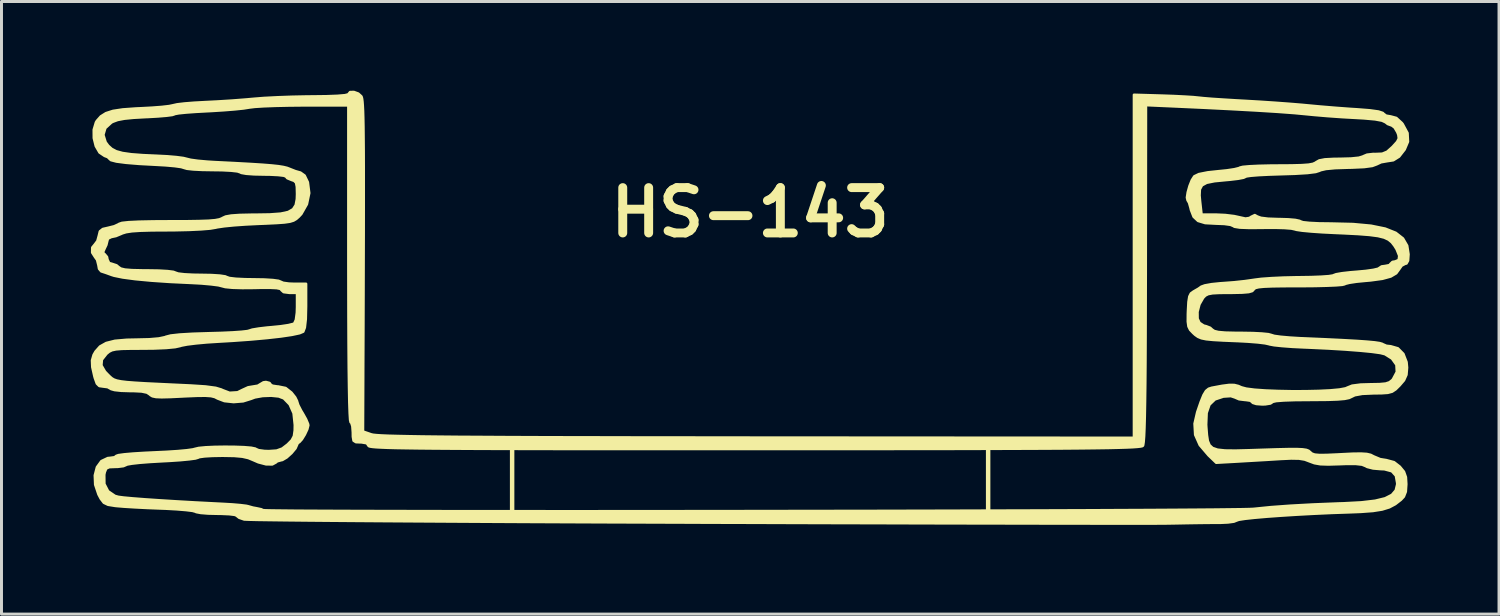
<source format=kicad_pcb>
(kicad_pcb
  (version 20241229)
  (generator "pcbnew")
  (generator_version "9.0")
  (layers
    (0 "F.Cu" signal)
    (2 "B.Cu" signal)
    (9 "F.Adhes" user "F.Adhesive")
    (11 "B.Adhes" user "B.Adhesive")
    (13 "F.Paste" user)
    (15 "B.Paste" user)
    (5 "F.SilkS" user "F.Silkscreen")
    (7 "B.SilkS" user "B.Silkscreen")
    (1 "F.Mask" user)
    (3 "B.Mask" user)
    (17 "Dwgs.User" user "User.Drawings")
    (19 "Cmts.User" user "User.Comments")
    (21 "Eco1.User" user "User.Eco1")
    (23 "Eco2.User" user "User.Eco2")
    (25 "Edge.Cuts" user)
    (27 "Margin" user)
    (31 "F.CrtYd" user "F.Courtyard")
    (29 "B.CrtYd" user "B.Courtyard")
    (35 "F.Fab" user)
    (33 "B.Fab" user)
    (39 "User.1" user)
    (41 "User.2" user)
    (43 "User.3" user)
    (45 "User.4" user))
  (footprint "HS-143"
    (layer "F.Cu")
    (at 22.164 7.091)
    (property "Reference" "HS-143" (at 0 -3 0) (layer "F.SilkS") (effects (font (size 1.524 1.524) (thickness 0.3))))
    (attr through_hole)
    (fp_line (start -8 5) (end -8 7) (stroke (width 0.15) (type solid)) (layer "F.SilkS"))
    (fp_line (start 8 5) (end 8 7) (stroke (width 0.15) (type solid)) (layer "F.SilkS"))
    (fp_poly (pts (xy 22.128 -1.594) (xy 22.113 -1.38) (xy 22.06 -1.286) (xy 22.015 -1.275) (xy 21.9 -1.214) (xy 21.823 -1.104) (xy 21.82 -1.099) (xy 21.82 -1.543) (xy 21.733 -1.761) (xy 21.658 -1.882) (xy 21.568 -1.998) (xy 21.459 -2.088) (xy 21.312 -2.157) (xy 21.106 -2.208) (xy 20.82 -2.246) (xy 20.435 -2.276) (xy 19.929 -2.302) (xy 19.654 -2.314) (xy 19.232 -2.335) (xy 18.857 -2.361) (xy 18.559 -2.389) (xy 18.364 -2.418) (xy 18.305 -2.435) (xy 18.191 -2.46) (xy 17.959 -2.478) (xy 17.643 -2.487) (xy 17.275 -2.485) (xy 17.244 -2.484) (xy 16.782 -2.481) (xy 16.46 -2.493) (xy 16.28 -2.522) (xy 16.245 -2.544) (xy 16.147 -2.586) (xy 15.938 -2.615) (xy 15.656 -2.626) (xy 15.653 -2.626) (xy 15.296 -2.645) (xy 15.057 -2.717) (xy 14.907 -2.858) (xy 14.819 -3.085) (xy 14.803 -3.156) (xy 14.755 -3.325) (xy 14.704 -3.412) (xy 14.684 -3.502) (xy 14.711 -3.678) (xy 14.77 -3.889) (xy 14.848 -4.085) (xy 14.93 -4.213) (xy 15.084 -4.287) (xy 15.381 -4.346) (xy 15.717 -4.382) (xy 16.025 -4.413) (xy 16.276 -4.451) (xy 16.433 -4.49) (xy 16.462 -4.506) (xy 16.558 -4.53) (xy 16.777 -4.55) (xy 17.091 -4.565) (xy 17.474 -4.574) (xy 17.724 -4.576) (xy 18.194 -4.579) (xy 18.536 -4.588) (xy 18.772 -4.605) (xy 18.922 -4.633) (xy 19.009 -4.673) (xy 19.027 -4.688) (xy 19.132 -4.747) (xy 19.321 -4.783) (xy 19.621 -4.799) (xy 19.832 -4.801) (xy 20.197 -4.811) (xy 20.461 -4.838) (xy 20.603 -4.881) (xy 20.611 -4.888) (xy 20.736 -4.94) (xy 20.943 -4.964) (xy 21.024 -4.963) (xy 21.247 -4.972) (xy 21.412 -5.04) (xy 21.589 -5.198) (xy 21.6 -5.209) (xy 21.749 -5.374) (xy 21.806 -5.489) (xy 21.789 -5.611) (xy 21.756 -5.697) (xy 21.664 -5.854) (xy 21.569 -5.926) (xy 21.563 -5.926) (xy 21.431 -5.975) (xy 21.359 -6.032) (xy 21.242 -6.087) (xy 21.007 -6.131) (xy 20.641 -6.164) (xy 20.36 -6.18) (xy 19.907 -6.205) (xy 19.414 -6.24) (xy 18.953 -6.279) (xy 18.716 -6.302) (xy 18.293 -6.342) (xy 17.727 -6.384) (xy 17.023 -6.428) (xy 16.19 -6.474) (xy 15.233 -6.522) (xy 14.209 -6.569) (xy 13.303 -6.609) (xy 13.296 -0.937) (xy 13.293 0.197) (xy 13.29 1.188) (xy 13.286 2.043) (xy 13.28 2.77) (xy 13.272 3.374) (xy 13.263 3.865) (xy 13.252 4.247) (xy 13.24 4.529) (xy 13.225 4.718) (xy 13.209 4.821) (xy 13.2 4.842) (xy 13.172 4.856) (xy 13.109 4.868) (xy 13.004 4.879) (xy 12.85 4.89) (xy 12.643 4.899) (xy 12.374 4.907) (xy 12.038 4.915) (xy 11.629 4.921) (xy 11.141 4.927) (xy 10.566 4.932) (xy 9.899 4.936) (xy 9.134 4.939) (xy 8.264 4.942) (xy 7.283 4.945) (xy 6.185 4.947) (xy 4.963 4.948) (xy 3.611 4.949) (xy 2.123 4.95) (xy 0.493 4.95) (xy 0.142 4.95) (xy -1.506 4.95) (xy -3.011 4.95) (xy -4.379 4.95) (xy -5.615 4.949) (xy -6.728 4.948) (xy -7.722 4.946) (xy -8.604 4.944) (xy -9.381 4.941) (xy -10.06 4.937) (xy -10.646 4.933) (xy -11.146 4.928) (xy -11.566 4.922) (xy -11.913 4.916) (xy -12.193 4.908) (xy -12.413 4.899) (xy -12.578 4.89) (xy -12.696 4.879) (xy -12.773 4.867) (xy -12.814 4.854) (xy -12.827 4.84) (xy -12.828 4.839) (xy -12.884 4.756) (xy -13.063 4.726) (xy -13.09 4.726) (xy -13.251 4.719) (xy -13.328 4.67) (xy -13.351 4.539) (xy -13.353 4.388) (xy -13.368 4.187) (xy -13.405 4.066) (xy -13.428 4.051) (xy -13.444 3.976) (xy -13.458 3.753) (xy -13.471 3.382) (xy -13.481 2.866) (xy -13.49 2.206) (xy -13.496 1.402) (xy -13.5 0.458) (xy -13.502 -0.627) (xy -13.503 -1.275) (xy -13.503 -6.601) (xy -15.022 -6.6) (xy -15.505 -6.595) (xy -15.956 -6.585) (xy -16.346 -6.57) (xy -16.647 -6.551) (xy -16.829 -6.529) (xy -16.841 -6.527) (xy -17.024 -6.498) (xy -17.321 -6.467) (xy -17.695 -6.437) (xy -18.109 -6.411) (xy -18.247 -6.404) (xy -18.635 -6.383) (xy -18.964 -6.359) (xy -19.207 -6.334) (xy -19.338 -6.31) (xy -19.354 -6.301) (xy -19.424 -6.278) (xy -19.616 -6.253) (xy -19.901 -6.229) (xy -20.25 -6.209) (xy -20.29 -6.208) (xy -20.724 -6.184) (xy -21.037 -6.153) (xy -21.26 -6.11) (xy -21.422 -6.05) (xy -21.471 -6.024) (xy -21.675 -5.837) (xy -21.742 -5.608) (xy -21.666 -5.361) (xy -21.578 -5.242) (xy -21.46 -5.135) (xy -21.307 -5.054) (xy -21.096 -4.996) (xy -20.802 -4.954) (xy -20.403 -4.924) (xy -19.954 -4.904) (xy -19.595 -4.886) (xy -19.281 -4.859) (xy -19.049 -4.828) (xy -18.941 -4.801) (xy -18.806 -4.768) (xy -18.559 -4.734) (xy -18.242 -4.706) (xy -18.004 -4.691) (xy -17.342 -4.658) (xy -16.813 -4.629) (xy -16.4 -4.603) (xy -16.085 -4.578) (xy -15.853 -4.553) (xy -15.686 -4.526) (xy -15.567 -4.497) (xy -15.491 -4.468) (xy -15.284 -4.386) (xy -15.115 -4.338) (xy -14.976 -4.239) (xy -14.868 -4.015) (xy -14.822 -3.651) (xy -14.9 -3.278) (xy -15.087 -2.949) (xy -15.172 -2.858) (xy -15.257 -2.783) (xy -15.348 -2.729) (xy -15.471 -2.691) (xy -15.651 -2.665) (xy -15.916 -2.646) (xy -16.291 -2.628) (xy -16.522 -2.619) (xy -16.948 -2.598) (xy -17.345 -2.57) (xy -17.677 -2.537) (xy -17.909 -2.503) (xy -17.966 -2.49) (xy -18.151 -2.459) (xy -18.458 -2.434) (xy -18.859 -2.415) (xy -19.325 -2.404) (xy -19.589 -2.402) (xy -20.108 -2.399) (xy -20.497 -2.388) (xy -20.78 -2.369) (xy -20.975 -2.339) (xy -21.106 -2.299) (xy -21.127 -2.288) (xy -21.319 -2.208) (xy -21.473 -2.176) (xy -21.584 -2.122) (xy -21.604 -2.062) (xy -21.641 -1.91) (xy -21.698 -1.79) (xy -21.754 -1.662) (xy -21.713 -1.603) (xy -21.698 -1.597) (xy -21.619 -1.503) (xy -21.604 -1.419) (xy -21.547 -1.297) (xy -21.463 -1.275) (xy -21.298 -1.221) (xy -21.229 -1.163) (xy -21.154 -1.112) (xy -21.013 -1.078) (xy -20.78 -1.059) (xy -20.433 -1.051) (xy -20.249 -1.05) (xy -19.879 -1.044) (xy -19.582 -1.027) (xy -19.385 -1.002) (xy -19.316 -0.975) (xy -19.225 -0.944) (xy -19.014 -0.919) (xy -18.712 -0.904) (xy -18.454 -0.9) (xy -18.105 -0.894) (xy -17.825 -0.876) (xy -17.644 -0.849) (xy -17.591 -0.825) (xy -17.5 -0.794) (xy -17.287 -0.769) (xy -16.98 -0.754) (xy -16.691 -0.75) (xy -16.33 -0.744) (xy -16.041 -0.726) (xy -15.852 -0.7) (xy -15.791 -0.675) (xy -15.695 -0.633) (xy -15.5 -0.606) (xy -15.336 -0.6) (xy -14.928 -0.6) (xy -14.928 0.155) (xy -14.938 0.586) (xy -14.97 0.869) (xy -15.022 1.005) (xy -15.144 1.057) (xy -15.4 1.112) (xy -15.771 1.167) (xy -16.241 1.22) (xy -16.792 1.27) (xy -17.407 1.314) (xy -17.853 1.34) (xy -18.26 1.366) (xy -18.629 1.4) (xy -18.926 1.437) (xy -19.118 1.474) (xy -19.152 1.486) (xy -19.327 1.525) (xy -19.629 1.554) (xy -20.036 1.571) (xy -20.405 1.575) (xy -20.822 1.577) (xy -21.116 1.583) (xy -21.317 1.6) (xy -21.45 1.629) (xy -21.545 1.676) (xy -21.629 1.744) (xy -21.638 1.753) (xy -21.792 1.949) (xy -21.808 2.141) (xy -21.686 2.351) (xy -21.585 2.456) (xy -21.518 2.522) (xy -21.457 2.575) (xy -21.386 2.618) (xy -21.289 2.652) (xy -21.15 2.68) (xy -20.952 2.704) (xy -20.679 2.725) (xy -20.316 2.747) (xy -19.845 2.77) (xy -19.251 2.798) (xy -18.797 2.819) (xy -18.307 2.851) (xy -17.964 2.897) (xy -17.768 2.956) (xy -17.749 2.968) (xy -17.497 3.064) (xy -17.227 3.047) (xy -17.061 2.965) (xy -16.873 2.879) (xy -16.714 2.853) (xy -16.548 2.826) (xy -16.466 2.776) (xy -16.36 2.713) (xy -16.274 2.701) (xy -16.154 2.733) (xy -16.128 2.776) (xy -16.062 2.825) (xy -15.9 2.85) (xy -15.869 2.851) (xy -15.614 2.903) (xy -15.419 3.056) (xy -15.293 3.215) (xy -15.23 3.343) (xy -15.228 3.358) (xy -15.19 3.475) (xy -15.095 3.66) (xy -15.04 3.751) (xy -14.928 3.951) (xy -14.861 4.112) (xy -14.853 4.156) (xy -14.887 4.289) (xy -14.969 4.464) (xy -15.068 4.625) (xy -15.153 4.719) (xy -15.172 4.725) (xy -15.226 4.784) (xy -15.228 4.802) (xy -15.283 4.928) (xy -15.416 5.087) (xy -15.579 5.234) (xy -15.724 5.319) (xy -15.761 5.326) (xy -15.899 5.364) (xy -15.941 5.401) (xy -16.062 5.467) (xy -16.272 5.464) (xy -16.53 5.396) (xy -16.691 5.326) (xy -16.866 5.253) (xy -17.07 5.207) (xy -17.34 5.183) (xy -17.718 5.176) (xy -17.752 5.176) (xy -18.077 5.182) (xy -18.342 5.198) (xy -18.514 5.222) (xy -18.56 5.242) (xy -18.646 5.268) (xy -18.854 5.296) (xy -19.159 5.325) (xy -19.534 5.35) (xy -19.766 5.362) (xy -20.168 5.385) (xy -20.516 5.412) (xy -20.782 5.442) (xy -20.94 5.47) (xy -20.971 5.484) (xy -21.066 5.525) (xy -21.253 5.549) (xy -21.338 5.551) (xy -21.542 5.559) (xy -21.645 5.607) (xy -21.694 5.728) (xy -21.712 5.815) (xy -21.708 6.125) (xy -21.581 6.372) (xy -21.349 6.53) (xy -21.236 6.561) (xy -21.061 6.584) (xy -20.757 6.612) (xy -20.345 6.644) (xy -19.846 6.678) (xy -19.281 6.713) (xy -18.672 6.748) (xy -18.038 6.781) (xy -17.741 6.796) (xy -17.41 6.815) (xy -17.13 6.839) (xy -16.937 6.863) (xy -16.878 6.876) (xy -16.714 6.922) (xy -16.589 6.945) (xy -16.435 6.978) (xy -16.372 7.008) (xy -16.292 7.014) (xy -16.071 7.019) (xy -15.716 7.023) (xy -15.236 7.028) (xy -14.639 7.031) (xy -13.933 7.034) (xy -13.126 7.037) (xy -12.227 7.039) (xy -11.245 7.041) (xy -10.186 7.043) (xy -9.06 7.044) (xy -7.875 7.044) (xy -6.638 7.045) (xy -5.359 7.045) (xy -4.045 7.044) (xy -2.705 7.043) (xy -1.347 7.042) (xy 0.021 7.04) (xy 1.39 7.038) (xy 2.753 7.036) (xy 4.101 7.034) (xy 5.425 7.031) (xy 6.718 7.028) (xy 7.972 7.024) (xy 9.177 7.021) (xy 10.326 7.017) (xy 11.411 7.013) (xy 12.423 7.008) (xy 13.354 7.004) (xy 14.196 6.999) (xy 14.94 6.994) (xy 15.579 6.989) (xy 16.104 6.983) (xy 16.507 6.978) (xy 16.779 6.972) (xy 16.912 6.966) (xy 16.916 6.966) (xy 17.502 6.907) (xy 18.158 6.859) (xy 18.91 6.818) (xy 19.782 6.783) (xy 19.954 6.778) (xy 20.549 6.746) (xy 21.008 6.692) (xy 21.345 6.61) (xy 21.572 6.494) (xy 21.703 6.341) (xy 21.751 6.144) (xy 21.752 6.1) (xy 21.708 5.849) (xy 21.57 5.697) (xy 21.321 5.63) (xy 21.183 5.624) (xy 20.939 5.603) (xy 20.743 5.553) (xy 20.687 5.523) (xy 20.568 5.475) (xy 20.356 5.451) (xy 20.029 5.451) (xy 19.816 5.459) (xy 19.436 5.47) (xy 19.166 5.461) (xy 18.967 5.426) (xy 18.808 5.367) (xy 18.643 5.305) (xy 18.449 5.273) (xy 18.186 5.268) (xy 17.841 5.284) (xy 17.424 5.31) (xy 16.946 5.338) (xy 16.497 5.364) (xy 16.404 5.37) (xy 15.667 5.411) (xy 15.408 5.162) (xy 15.115 4.819) (xy 14.961 4.474) (xy 14.94 4.1) (xy 15.029 3.713) (xy 15.148 3.367) (xy 15.241 3.138) (xy 15.324 3) (xy 15.413 2.928) (xy 15.515 2.895) (xy 15.864 2.83) (xy 16.104 2.799) (xy 16.274 2.801) (xy 16.412 2.836) (xy 16.511 2.88) (xy 16.675 2.924) (xy 16.954 2.96) (xy 17.322 2.986) (xy 17.749 3.003) (xy 18.208 3.012) (xy 18.672 3.011) (xy 19.112 3.001) (xy 19.502 2.982) (xy 19.812 2.953) (xy 20.015 2.915) (xy 20.071 2.89) (xy 20.235 2.824) (xy 20.523 2.787) (xy 20.842 2.778) (xy 21.158 2.772) (xy 21.361 2.753) (xy 21.489 2.711) (xy 21.58 2.639) (xy 21.608 2.607) (xy 21.739 2.36) (xy 21.726 2.122) (xy 21.574 1.91) (xy 21.338 1.762) (xy 21.183 1.723) (xy 20.895 1.683) (xy 20.493 1.644) (xy 19.994 1.606) (xy 19.416 1.571) (xy 18.777 1.541) (xy 18.604 1.534) (xy 18.217 1.515) (xy 17.875 1.489) (xy 17.61 1.461) (xy 17.456 1.432) (xy 17.441 1.426) (xy 17.31 1.397) (xy 17.065 1.367) (xy 16.738 1.341) (xy 16.367 1.321) (xy 16.353 1.321) (xy 15.897 1.302) (xy 15.564 1.283) (xy 15.33 1.26) (xy 15.169 1.227) (xy 15.054 1.179) (xy 14.96 1.113) (xy 14.889 1.048) (xy 14.79 0.944) (xy 14.735 0.831) (xy 14.713 0.669) (xy 14.715 0.413) (xy 14.719 0.305) (xy 14.735 0.009) (xy 14.764 -0.173) (xy 14.815 -0.276) (xy 14.899 -0.337) (xy 14.901 -0.339) (xy 15.075 -0.439) (xy 15.164 -0.503) (xy 15.283 -0.546) (xy 15.509 -0.587) (xy 15.801 -0.617) (xy 15.904 -0.624) (xy 16.264 -0.651) (xy 16.628 -0.69) (xy 16.923 -0.732) (xy 16.953 -0.737) (xy 17.181 -0.766) (xy 17.518 -0.79) (xy 17.923 -0.809) (xy 18.355 -0.819) (xy 18.468 -0.82) (xy 18.859 -0.826) (xy 19.195 -0.839) (xy 19.447 -0.857) (xy 19.589 -0.879) (xy 19.609 -0.889) (xy 19.697 -0.921) (xy 19.899 -0.956) (xy 20.183 -0.988) (xy 20.383 -1.004) (xy 20.697 -1.033) (xy 20.95 -1.069) (xy 21.107 -1.106) (xy 21.142 -1.128) (xy 21.227 -1.184) (xy 21.348 -1.2) (xy 21.486 -1.227) (xy 21.529 -1.275) (xy 21.592 -1.336) (xy 21.679 -1.35) (xy 21.802 -1.401) (xy 21.82 -1.543) (xy 21.82 -1.099) (xy 21.716 -0.957) (xy 21.533 -0.849) (xy 21.253 -0.772) (xy 20.854 -0.718) (xy 20.682 -0.703) (xy 20.383 -0.674) (xy 20.145 -0.638) (xy 20.005 -0.603) (xy 19.984 -0.589) (xy 19.901 -0.569) (xy 19.69 -0.552) (xy 19.377 -0.539) (xy 18.983 -0.529) (xy 18.533 -0.525) (xy 18.457 -0.525) (xy 17.938 -0.524) (xy 17.55 -0.518) (xy 17.275 -0.507) (xy 17.093 -0.489) (xy 16.986 -0.463) (xy 16.935 -0.428) (xy 16.926 -0.413) (xy 16.876 -0.359) (xy 16.757 -0.325) (xy 16.544 -0.307) (xy 16.213 -0.3) (xy 16.124 -0.3) (xy 15.775 -0.297) (xy 15.543 -0.285) (xy 15.395 -0.257) (xy 15.3 -0.208) (xy 15.226 -0.131) (xy 15.1 0.089) (xy 15.035 0.342) (xy 15.038 0.571) (xy 15.104 0.712) (xy 15.245 0.805) (xy 15.326 0.825) (xy 15.462 0.878) (xy 15.528 0.938) (xy 15.602 0.988) (xy 15.74 1.021) (xy 15.968 1.041) (xy 16.31 1.049) (xy 16.535 1.05) (xy 16.894 1.056) (xy 17.198 1.071) (xy 17.418 1.093) (xy 17.519 1.12) (xy 17.52 1.121) (xy 17.618 1.151) (xy 17.835 1.181) (xy 18.142 1.208) (xy 18.506 1.23) (xy 18.566 1.232) (xy 19.303 1.264) (xy 19.901 1.293) (xy 20.374 1.319) (xy 20.733 1.344) (xy 20.99 1.368) (xy 21.157 1.393) (xy 21.246 1.419) (xy 21.263 1.43) (xy 21.387 1.484) (xy 21.531 1.5) (xy 21.772 1.569) (xy 21.956 1.755) (xy 22.062 2.03) (xy 22.079 2.215) (xy 22.059 2.456) (xy 21.977 2.64) (xy 21.827 2.815) (xy 21.695 2.945) (xy 21.578 3.022) (xy 21.433 3.061) (xy 21.215 3.076) (xy 20.971 3.078) (xy 20.578 3.095) (xy 20.321 3.142) (xy 20.221 3.191) (xy 20.132 3.233) (xy 19.983 3.264) (xy 19.751 3.284) (xy 19.417 3.296) (xy 18.96 3.3) (xy 18.814 3.301) (xy 18.321 3.305) (xy 17.94 3.318) (xy 17.683 3.338) (xy 17.562 3.365) (xy 17.553 3.376) (xy 17.486 3.42) (xy 17.317 3.447) (xy 17.216 3.451) (xy 17.015 3.436) (xy 16.894 3.398) (xy 16.878 3.376) (xy 16.813 3.325) (xy 16.652 3.301) (xy 16.631 3.301) (xy 16.435 3.277) (xy 16.303 3.22) (xy 16.3 3.218) (xy 16.159 3.171) (xy 15.912 3.187) (xy 15.905 3.188) (xy 15.623 3.282) (xy 15.438 3.46) (xy 15.342 3.739) (xy 15.326 4.131) (xy 15.332 4.228) (xy 15.352 4.484) (xy 15.382 4.68) (xy 15.44 4.822) (xy 15.543 4.918) (xy 15.711 4.976) (xy 15.962 5.003) (xy 16.314 5.007) (xy 16.786 4.995) (xy 17.175 4.982) (xy 17.698 4.965) (xy 18.092 4.956) (xy 18.376 4.955) (xy 18.571 4.964) (xy 18.696 4.983) (xy 18.773 5.013) (xy 18.821 5.055) (xy 18.822 5.056) (xy 18.883 5.108) (xy 18.977 5.141) (xy 19.132 5.155) (xy 19.375 5.153) (xy 19.734 5.137) (xy 19.85 5.131) (xy 20.252 5.111) (xy 20.534 5.107) (xy 20.726 5.119) (xy 20.858 5.15) (xy 20.959 5.202) (xy 20.961 5.203) (xy 21.179 5.294) (xy 21.382 5.326) (xy 21.643 5.396) (xy 21.835 5.545) (xy 21.976 5.716) (xy 22.04 5.897) (xy 22.054 6.132) (xy 22.037 6.385) (xy 21.972 6.551) (xy 21.874 6.656) (xy 21.684 6.803) (xy 21.483 6.91) (xy 21.242 6.984) (xy 20.932 7.033) (xy 20.523 7.063) (xy 20.141 7.078) (xy 19.555 7.098) (xy 18.965 7.125) (xy 18.39 7.156) (xy 17.849 7.19) (xy 17.363 7.225) (xy 16.951 7.261) (xy 16.631 7.296) (xy 16.425 7.328) (xy 16.352 7.354) (xy 16.259 7.391) (xy 16.061 7.418) (xy 15.824 7.429) (xy 15.549 7.43) (xy 15.333 7.432) (xy 15.14 7.434) (xy 14.933 7.437) (xy 14.675 7.441) (xy 14.328 7.448) (xy 14.028 7.453) (xy 13.851 7.455) (xy 13.532 7.456) (xy 13.079 7.456) (xy 12.499 7.457) (xy 11.8 7.456) (xy 10.991 7.455) (xy 10.077 7.454) (xy 9.069 7.452) (xy 7.972 7.45) (xy 6.796 7.448) (xy 5.547 7.445) (xy 4.235 7.441) (xy 2.865 7.438) (xy 1.447 7.434) (xy -0.012 7.429) (xy -1.504 7.425) (xy -1.875 7.423) (xy -3.362 7.418) (xy -4.811 7.413) (xy -6.214 7.407) (xy -7.564 7.401) (xy -8.854 7.394) (xy -10.077 7.387) (xy -11.225 7.38) (xy -12.291 7.373) (xy -13.267 7.366) (xy -14.148 7.359) (xy -14.924 7.352) (xy -15.589 7.345) (xy -16.136 7.338) (xy -16.557 7.332) (xy -16.845 7.325) (xy -16.993 7.319) (xy -17.01 7.317) (xy -17.175 7.26) (xy -17.252 7.199) (xy -17.253 7.193) (xy -17.323 7.163) (xy -17.508 7.14) (xy -17.776 7.128) (xy -17.914 7.126) (xy -18.218 7.119) (xy -18.466 7.099) (xy -18.619 7.07) (xy -18.645 7.056) (xy -18.742 7.029) (xy -18.96 7.002) (xy -19.272 6.976) (xy -19.65 6.955) (xy -19.841 6.948) (xy -20.274 6.931) (xy -20.686 6.91) (xy -21.039 6.888) (xy -21.295 6.867) (xy -21.35 6.861) (xy -21.583 6.823) (xy -21.723 6.756) (xy -21.826 6.622) (xy -21.903 6.476) (xy -22.012 6.151) (xy -22.025 5.837) (xy -21.954 5.563) (xy -21.806 5.36) (xy -21.591 5.258) (xy -21.513 5.251) (xy -21.362 5.23) (xy -21.304 5.184) (xy -21.233 5.159) (xy -21.037 5.132) (xy -20.74 5.106) (xy -20.366 5.083) (xy -20.048 5.068) (xy -19.62 5.048) (xy -19.239 5.023) (xy -18.933 4.995) (xy -18.728 4.966) (xy -18.661 4.948) (xy -18.534 4.918) (xy -18.302 4.896) (xy -17.999 4.882) (xy -17.66 4.877) (xy -17.319 4.88) (xy -17.012 4.891) (xy -16.772 4.911) (xy -16.634 4.939) (xy -16.616 4.951) (xy -16.52 4.993) (xy -16.326 5.019) (xy -16.18 5.024) (xy -15.915 5.006) (xy -15.727 4.938) (xy -15.547 4.8) (xy -15.406 4.657) (xy -15.333 4.519) (xy -15.306 4.328) (xy -15.303 4.144) (xy -15.344 3.75) (xy -15.476 3.452) (xy -15.675 3.247) (xy -15.843 3.183) (xy -16.099 3.157) (xy -16.387 3.168) (xy -16.649 3.215) (xy -16.776 3.263) (xy -17.042 3.346) (xy -17.361 3.372) (xy -17.67 3.339) (xy -17.896 3.253) (xy -17.993 3.203) (xy -18.12 3.172) (xy -18.304 3.159) (xy -18.575 3.161) (xy -18.96 3.177) (xy -19.08 3.183) (xy -19.493 3.203) (xy -19.782 3.21) (xy -19.973 3.202) (xy -20.09 3.177) (xy -20.159 3.136) (xy -20.175 3.118) (xy -20.272 3.054) (xy -20.452 3.016) (xy -20.742 3.001) (xy -20.859 3.001) (xy -21.142 2.992) (xy -21.363 2.968) (xy -21.483 2.934) (xy -21.492 2.926) (xy -21.594 2.87) (xy -21.743 2.851) (xy -21.875 2.832) (xy -21.957 2.751) (xy -22.023 2.568) (xy -22.039 2.512) (xy -22.11 2.197) (xy -22.119 1.972) (xy -22.066 1.788) (xy -22.001 1.675) (xy -21.852 1.507) (xy -21.643 1.39) (xy -21.352 1.317) (xy -20.954 1.282) (xy -20.603 1.275) (xy -20.194 1.265) (xy -19.873 1.237) (xy -19.669 1.194) (xy -19.64 1.181) (xy -19.478 1.139) (xy -19.174 1.105) (xy -18.735 1.079) (xy -18.188 1.062) (xy -17.763 1.05) (xy -17.389 1.033) (xy -17.093 1.012) (xy -16.9 0.99) (xy -16.84 0.974) (xy -16.735 0.94) (xy -16.518 0.904) (xy -16.23 0.87) (xy -16.089 0.858) (xy -15.778 0.827) (xy -15.52 0.788) (xy -15.355 0.747) (xy -15.322 0.731) (xy -15.266 0.609) (xy -15.234 0.369) (xy -15.228 0.178) (xy -15.228 -0.3) (xy -15.491 -0.3) (xy -15.679 -0.324) (xy -15.753 -0.39) (xy -15.753 -0.394) (xy -15.791 -0.434) (xy -15.916 -0.459) (xy -16.148 -0.47) (xy -16.505 -0.468) (xy -16.668 -0.464) (xy -17.071 -0.461) (xy -17.405 -0.471) (xy -17.641 -0.494) (xy -17.737 -0.519) (xy -17.87 -0.553) (xy -18.118 -0.585) (xy -18.443 -0.614) (xy -18.791 -0.633) (xy -19.504 -0.667) (xy -20.135 -0.71) (xy -20.668 -0.76) (xy -21.088 -0.816) (xy -21.378 -0.875) (xy -21.454 -0.899) (xy -21.653 -0.971) (xy -21.797 -1.018) (xy -21.811 -1.022) (xy -21.883 -1.106) (xy -21.904 -1.226) (xy -21.949 -1.406) (xy -22.017 -1.5) (xy -22.114 -1.652) (xy -22.111 -1.82) (xy -22.023 -1.928) (xy -21.939 -2.04) (xy -21.892 -2.212) (xy -21.855 -2.364) (xy -21.757 -2.442) (xy -21.582 -2.482) (xy -21.373 -2.534) (xy -21.226 -2.602) (xy -21.21 -2.614) (xy -21.114 -2.647) (xy -20.893 -2.671) (xy -20.541 -2.688) (xy -20.051 -2.698) (xy -19.503 -2.701) (xy -18.944 -2.702) (xy -18.517 -2.709) (xy -18.202 -2.72) (xy -17.982 -2.739) (xy -17.838 -2.766) (xy -17.75 -2.801) (xy -17.737 -2.811) (xy -17.628 -2.861) (xy -17.443 -2.894) (xy -17.16 -2.914) (xy -16.754 -2.923) (xy -16.641 -2.923) (xy -16.145 -2.931) (xy -15.78 -2.958) (xy -15.526 -3.013) (xy -15.363 -3.107) (xy -15.272 -3.248) (xy -15.234 -3.447) (xy -15.228 -3.618) (xy -15.234 -3.863) (xy -15.261 -3.999) (xy -15.327 -4.065) (xy -15.416 -4.095) (xy -15.556 -4.153) (xy -15.603 -4.209) (xy -15.673 -4.237) (xy -15.861 -4.259) (xy -16.135 -4.273) (xy -16.349 -4.276) (xy -16.675 -4.283) (xy -16.937 -4.302) (xy -17.102 -4.331) (xy -17.141 -4.351) (xy -17.232 -4.382) (xy -17.446 -4.406) (xy -17.756 -4.422) (xy -18.068 -4.426) (xy -18.42 -4.432) (xy -18.718 -4.447) (xy -18.929 -4.47) (xy -19.02 -4.496) (xy -19.12 -4.527) (xy -19.336 -4.558) (xy -19.637 -4.585) (xy -19.954 -4.603) (xy -20.528 -4.634) (xy -20.98 -4.671) (xy -21.301 -4.713) (xy -21.485 -4.761) (xy -21.529 -4.8) (xy -21.592 -4.862) (xy -21.698 -4.902) (xy -21.868 -5.016) (xy -21.992 -5.23) (xy -22.059 -5.5) (xy -22.061 -5.781) (xy -21.987 -6.028) (xy -21.956 -6.079) (xy -21.825 -6.227) (xy -21.653 -6.335) (xy -21.416 -6.411) (xy -21.088 -6.461) (xy -20.644 -6.493) (xy -20.479 -6.5) (xy -20.106 -6.52) (xy -19.778 -6.545) (xy -19.529 -6.574) (xy -19.394 -6.602) (xy -19.391 -6.603) (xy -19.26 -6.632) (xy -19.014 -6.661) (xy -18.689 -6.687) (xy -18.341 -6.706) (xy -17.888 -6.729) (xy -17.395 -6.76) (xy -16.934 -6.796) (xy -16.691 -6.818) (xy -16.34 -6.846) (xy -15.889 -6.869) (xy -15.388 -6.887) (xy -14.888 -6.897) (xy -14.722 -6.898) (xy -14.241 -6.904) (xy -13.87 -6.918) (xy -13.622 -6.939) (xy -13.509 -6.967) (xy -13.503 -6.976) (xy -13.447 -7.044) (xy -13.318 -7.047) (xy -13.172 -6.994) (xy -13.071 -6.903) (xy -13.056 -6.869) (xy -13.043 -6.81) (xy -13.032 -6.72) (xy -13.022 -6.591) (xy -13.013 -6.414) (xy -13.006 -6.182) (xy -13 -5.887) (xy -12.996 -5.522) (xy -12.992 -5.079) (xy -12.99 -4.55) (xy -12.99 -3.927) (xy -12.99 -3.203) (xy -12.991 -2.37) (xy -12.994 -1.42) (xy -12.997 -0.345) (xy -13.001 0.863) (xy -13.007 2.21) (xy -13.008 2.614) (xy -13.015 4.364) (xy -12.731 4.462) (xy -12.669 4.475) (xy -12.555 4.487) (xy -12.384 4.498) (xy -12.15 4.508) (xy -11.847 4.516) (xy -11.469 4.524) (xy -11.01 4.532) (xy -10.463 4.538) (xy -9.824 4.544) (xy -9.085 4.548) (xy -8.242 4.553) (xy -7.287 4.557) (xy -6.216 4.56) (xy -5.021 4.562) (xy -3.698 4.565) (xy -2.239 4.566) (xy -0.639 4.568) (xy 0.227 4.569) (xy 12.903 4.577) (xy 12.903 -1.188) (xy 12.903 -6.953) (xy 13.859 -6.925) (xy 14.249 -6.911) (xy 14.608 -6.893) (xy 14.897 -6.875) (xy 15.076 -6.857) (xy 15.078 -6.857) (xy 15.24 -6.84) (xy 15.521 -6.817) (xy 15.888 -6.793) (xy 16.311 -6.767) (xy 16.616 -6.75) (xy 17.119 -6.721) (xy 17.646 -6.686) (xy 18.146 -6.649) (xy 18.569 -6.614) (xy 18.716 -6.6) (xy 19.168 -6.558) (xy 19.686 -6.515) (xy 20.187 -6.478) (xy 20.398 -6.465) (xy 20.831 -6.431) (xy 21.119 -6.391) (xy 21.265 -6.343) (xy 21.286 -6.32) (xy 21.375 -6.252) (xy 21.527 -6.226) (xy 21.719 -6.175) (xy 21.903 -6.007) (xy 21.933 -5.969) (xy 22.095 -5.669) (xy 22.11 -5.379) (xy 21.999 -5.117) (xy 21.813 -4.878) (xy 21.619 -4.757) (xy 21.417 -4.726) (xy 21.206 -4.689) (xy 21.057 -4.619) (xy 20.912 -4.565) (xy 20.639 -4.528) (xy 20.229 -4.509) (xy 20.086 -4.506) (xy 19.664 -4.492) (xy 19.354 -4.463) (xy 19.171 -4.421) (xy 19.14 -4.404) (xy 19.01 -4.362) (xy 18.733 -4.327) (xy 18.314 -4.302) (xy 17.842 -4.287) (xy 17.439 -4.274) (xy 17.094 -4.257) (xy 16.833 -4.236) (xy 16.682 -4.214) (xy 16.653 -4.201) (xy 16.584 -4.169) (xy 16.399 -4.134) (xy 16.132 -4.102) (xy 15.996 -4.09) (xy 15.606 -4.052) (xy 15.344 -3.999) (xy 15.187 -3.913) (xy 15.114 -3.777) (xy 15.104 -3.572) (xy 15.121 -3.383) (xy 15.172 -2.926) (xy 15.66 -2.926) (xy 15.97 -2.912) (xy 16.267 -2.876) (xy 16.436 -2.839) (xy 16.649 -2.792) (xy 16.784 -2.813) (xy 16.842 -2.851) (xy 16.963 -2.909) (xy 17.047 -2.862) (xy 17.167 -2.818) (xy 17.41 -2.788) (xy 17.748 -2.776) (xy 17.789 -2.776) (xy 18.089 -2.767) (xy 18.328 -2.746) (xy 18.47 -2.715) (xy 18.491 -2.701) (xy 18.582 -2.67) (xy 18.8 -2.647) (xy 19.12 -2.631) (xy 19.519 -2.626) (xy 19.522 -2.626) (xy 20.265 -2.608) (xy 20.869 -2.552) (xy 21.345 -2.455) (xy 21.7 -2.314) (xy 21.943 -2.124) (xy 22.083 -1.883) (xy 22.128 -1.594)) (stroke (width 0.089) (type solid)) (fill yes) (layer "F.SilkS")))
  (gr_rect
    (start -3 -3)
    (end 47.336 17.592)
    (stroke (width 0.1) (type default))
    (fill no)
    (layer "Edge.Cuts")))
</source>
